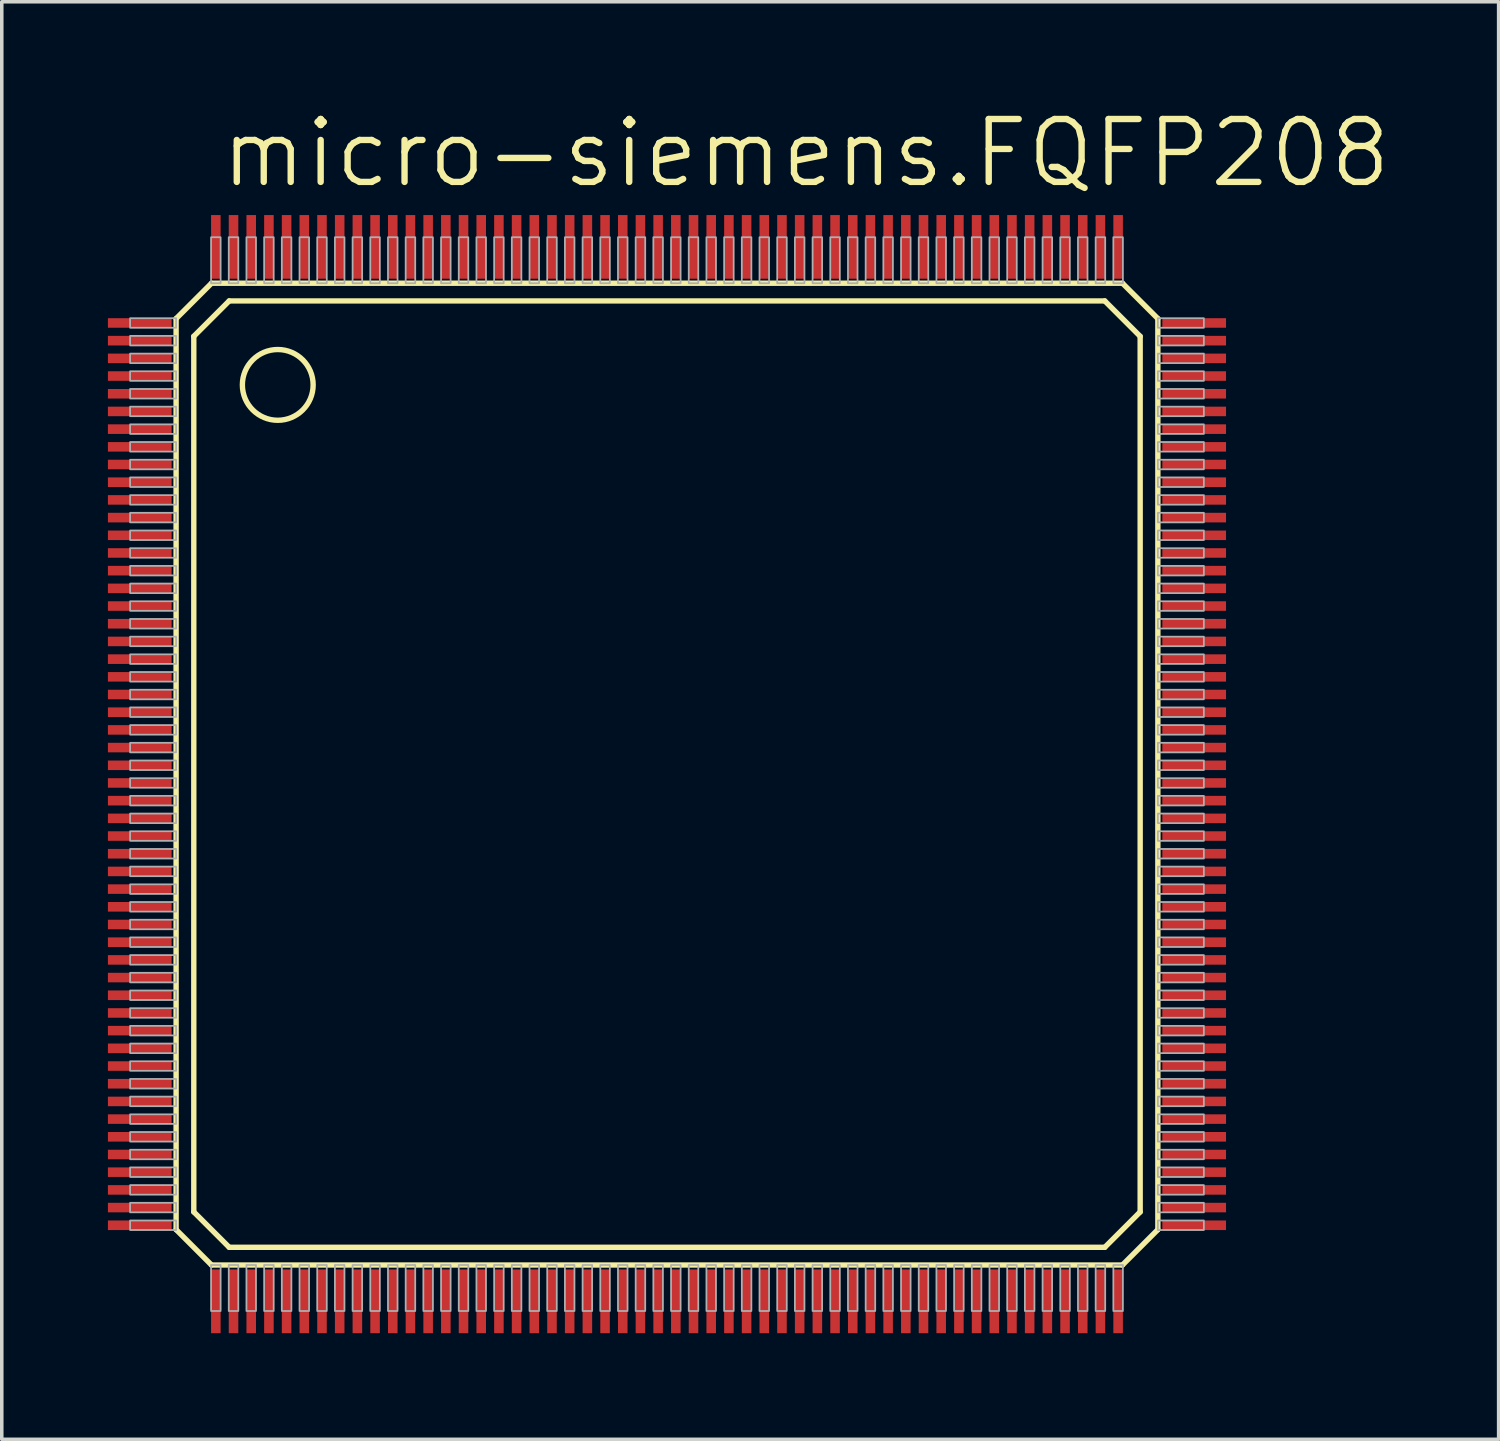
<source format=kicad_pcb>
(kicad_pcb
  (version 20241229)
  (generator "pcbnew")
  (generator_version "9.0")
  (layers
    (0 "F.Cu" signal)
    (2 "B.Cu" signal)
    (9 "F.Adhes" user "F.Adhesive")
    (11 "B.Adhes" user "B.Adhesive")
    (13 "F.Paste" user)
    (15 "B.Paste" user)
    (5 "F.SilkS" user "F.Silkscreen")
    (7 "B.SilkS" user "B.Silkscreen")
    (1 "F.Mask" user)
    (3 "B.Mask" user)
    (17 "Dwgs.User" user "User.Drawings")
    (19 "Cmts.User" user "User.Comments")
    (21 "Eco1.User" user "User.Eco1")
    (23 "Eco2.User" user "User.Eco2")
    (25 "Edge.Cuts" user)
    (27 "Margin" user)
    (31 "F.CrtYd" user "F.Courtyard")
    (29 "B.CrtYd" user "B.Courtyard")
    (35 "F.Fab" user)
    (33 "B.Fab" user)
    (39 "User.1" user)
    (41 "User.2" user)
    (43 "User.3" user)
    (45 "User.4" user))
  (footprint "micro-siemens.FQFP208"
    (layer "F.Cu")
    (at 15.8 18.828)
    (property "Reference" "micro-siemens.FQFP208" (at -12.7 -16.51 0) (layer "F.SilkS") (effects (font (size 1.778 1.778) (thickness 0.18)) (justify left bottom)))
    (attr smd)
    (fp_line (start -13.873 -12.873) (end -12.873 -13.873) (stroke (width 0.152) (type default)) (layer "F.SilkS"))
    (fp_line (start -13.873 12.873) (end -13.873 -12.873) (stroke (width 0.152) (type default)) (layer "F.SilkS"))
    (fp_line (start -13.373 -12.373) (end -12.373 -13.373) (stroke (width 0.152) (type default)) (layer "F.SilkS"))
    (fp_line (start -13.373 12.373) (end -13.373 -12.373) (stroke (width 0.152) (type default)) (layer "F.SilkS"))
    (fp_line (start -12.873 -13.873) (end 12.873 -13.873) (stroke (width 0.152) (type default)) (layer "F.SilkS"))
    (fp_line (start -12.873 13.873) (end -13.873 12.873) (stroke (width 0.152) (type default)) (layer "F.SilkS"))
    (fp_line (start -12.373 -13.373) (end 12.373 -13.373) (stroke (width 0.152) (type default)) (layer "F.SilkS"))
    (fp_line (start -12.373 13.373) (end -13.373 12.373) (stroke (width 0.152) (type default)) (layer "F.SilkS"))
    (fp_line (start 12.373 -13.373) (end 13.373 -12.373) (stroke (width 0.152) (type default)) (layer "F.SilkS"))
    (fp_line (start 12.373 13.373) (end -12.373 13.373) (stroke (width 0.152) (type default)) (layer "F.SilkS"))
    (fp_line (start 12.873 -13.873) (end 13.873 -12.873) (stroke (width 0.152) (type default)) (layer "F.SilkS"))
    (fp_line (start 12.873 13.873) (end -12.873 13.873) (stroke (width 0.152) (type default)) (layer "F.SilkS"))
    (fp_line (start 13.373 -12.373) (end 13.373 12.373) (stroke (width 0.152) (type default)) (layer "F.SilkS"))
    (fp_line (start 13.373 12.373) (end 12.373 13.373) (stroke (width 0.152) (type default)) (layer "F.SilkS"))
    (fp_line (start 13.873 -12.873) (end 13.873 12.873) (stroke (width 0.152) (type default)) (layer "F.SilkS"))
    (fp_line (start 13.873 12.873) (end 12.873 13.873) (stroke (width 0.152) (type default)) (layer "F.SilkS"))
    (fp_circle (center -11 -11) (end -10 -11) (stroke (width 0.152) (type default)) (fill no) (layer "F.SilkS"))
    (fp_rect (start -15.173 -12.615) (end -13.873 -12.885) (stroke (width 0.05) (type default)) (fill no) (layer "F.Fab"))
    (fp_rect (start -15.173 -12.115) (end -13.873 -12.385) (stroke (width 0.05) (type default)) (fill no) (layer "F.Fab"))
    (fp_rect (start -15.173 -11.615) (end -13.873 -11.885) (stroke (width 0.05) (type default)) (fill no) (layer "F.Fab"))
    (fp_rect (start -15.173 -11.115) (end -13.873 -11.385) (stroke (width 0.05) (type default)) (fill no) (layer "F.Fab"))
    (fp_rect (start -15.173 -10.615) (end -13.873 -10.885) (stroke (width 0.05) (type default)) (fill no) (layer "F.Fab"))
    (fp_rect (start -15.173 -10.115) (end -13.873 -10.385) (stroke (width 0.05) (type default)) (fill no) (layer "F.Fab"))
    (fp_rect (start -15.173 -9.615) (end -13.873 -9.885) (stroke (width 0.05) (type default)) (fill no) (layer "F.Fab"))
    (fp_rect (start -15.173 -9.115) (end -13.873 -9.385) (stroke (width 0.05) (type default)) (fill no) (layer "F.Fab"))
    (fp_rect (start -15.173 -8.615) (end -13.873 -8.885) (stroke (width 0.05) (type default)) (fill no) (layer "F.Fab"))
    (fp_rect (start -15.173 -8.115) (end -13.873 -8.385) (stroke (width 0.05) (type default)) (fill no) (layer "F.Fab"))
    (fp_rect (start -15.173 -7.615) (end -13.873 -7.885) (stroke (width 0.05) (type default)) (fill no) (layer "F.Fab"))
    (fp_rect (start -15.173 -7.115) (end -13.873 -7.385) (stroke (width 0.05) (type default)) (fill no) (layer "F.Fab"))
    (fp_rect (start -15.173 -6.615) (end -13.873 -6.885) (stroke (width 0.05) (type default)) (fill no) (layer "F.Fab"))
    (fp_rect (start -15.173 -6.115) (end -13.873 -6.385) (stroke (width 0.05) (type default)) (fill no) (layer "F.Fab"))
    (fp_rect (start -15.173 -5.615) (end -13.873 -5.885) (stroke (width 0.05) (type default)) (fill no) (layer "F.Fab"))
    (fp_rect (start -15.173 -5.115) (end -13.873 -5.385) (stroke (width 0.05) (type default)) (fill no) (layer "F.Fab"))
    (fp_rect (start -15.173 -4.615) (end -13.873 -4.885) (stroke (width 0.05) (type default)) (fill no) (layer "F.Fab"))
    (fp_rect (start -15.173 -4.115) (end -13.873 -4.385) (stroke (width 0.05) (type default)) (fill no) (layer "F.Fab"))
    (fp_rect (start -15.173 -3.615) (end -13.873 -3.885) (stroke (width 0.05) (type default)) (fill no) (layer "F.Fab"))
    (fp_rect (start -15.173 -3.115) (end -13.873 -3.385) (stroke (width 0.05) (type default)) (fill no) (layer "F.Fab"))
    (fp_rect (start -15.173 -2.615) (end -13.873 -2.885) (stroke (width 0.05) (type default)) (fill no) (layer "F.Fab"))
    (fp_rect (start -15.173 -2.115) (end -13.873 -2.385) (stroke (width 0.05) (type default)) (fill no) (layer "F.Fab"))
    (fp_rect (start -15.173 -1.615) (end -13.873 -1.885) (stroke (width 0.05) (type default)) (fill no) (layer "F.Fab"))
    (fp_rect (start -15.173 -1.115) (end -13.873 -1.385) (stroke (width 0.05) (type default)) (fill no) (layer "F.Fab"))
    (fp_rect (start -15.173 -0.615) (end -13.873 -0.885) (stroke (width 0.05) (type default)) (fill no) (layer "F.Fab"))
    (fp_rect (start -15.173 -0.115) (end -13.873 -0.385) (stroke (width 0.05) (type default)) (fill no) (layer "F.Fab"))
    (fp_rect (start -15.173 0.385) (end -13.873 0.115) (stroke (width 0.05) (type default)) (fill no) (layer "F.Fab"))
    (fp_rect (start -15.173 0.885) (end -13.873 0.615) (stroke (width 0.05) (type default)) (fill no) (layer "F.Fab"))
    (fp_rect (start -15.173 1.385) (end -13.873 1.115) (stroke (width 0.05) (type default)) (fill no) (layer "F.Fab"))
    (fp_rect (start -15.173 1.885) (end -13.873 1.615) (stroke (width 0.05) (type default)) (fill no) (layer "F.Fab"))
    (fp_rect (start -15.173 2.385) (end -13.873 2.115) (stroke (width 0.05) (type default)) (fill no) (layer "F.Fab"))
    (fp_rect (start -15.173 2.885) (end -13.873 2.615) (stroke (width 0.05) (type default)) (fill no) (layer "F.Fab"))
    (fp_rect (start -15.173 3.385) (end -13.873 3.115) (stroke (width 0.05) (type default)) (fill no) (layer "F.Fab"))
    (fp_rect (start -15.173 3.885) (end -13.873 3.615) (stroke (width 0.05) (type default)) (fill no) (layer "F.Fab"))
    (fp_rect (start -15.173 4.385) (end -13.873 4.115) (stroke (width 0.05) (type default)) (fill no) (layer "F.Fab"))
    (fp_rect (start -15.173 4.885) (end -13.873 4.615) (stroke (width 0.05) (type default)) (fill no) (layer "F.Fab"))
    (fp_rect (start -15.173 5.385) (end -13.873 5.115) (stroke (width 0.05) (type default)) (fill no) (layer "F.Fab"))
    (fp_rect (start -15.173 5.885) (end -13.873 5.615) (stroke (width 0.05) (type default)) (fill no) (layer "F.Fab"))
    (fp_rect (start -15.173 6.385) (end -13.873 6.115) (stroke (width 0.05) (type default)) (fill no) (layer "F.Fab"))
    (fp_rect (start -15.173 6.885) (end -13.873 6.615) (stroke (width 0.05) (type default)) (fill no) (layer "F.Fab"))
    (fp_rect (start -15.173 7.385) (end -13.873 7.115) (stroke (width 0.05) (type default)) (fill no) (layer "F.Fab"))
    (fp_rect (start -15.173 7.885) (end -13.873 7.615) (stroke (width 0.05) (type default)) (fill no) (layer "F.Fab"))
    (fp_rect (start -15.173 8.385) (end -13.873 8.115) (stroke (width 0.05) (type default)) (fill no) (layer "F.Fab"))
    (fp_rect (start -15.173 8.885) (end -13.873 8.615) (stroke (width 0.05) (type default)) (fill no) (layer "F.Fab"))
    (fp_rect (start -15.173 9.385) (end -13.873 9.115) (stroke (width 0.05) (type default)) (fill no) (layer "F.Fab"))
    (fp_rect (start -15.173 9.885) (end -13.873 9.615) (stroke (width 0.05) (type default)) (fill no) (layer "F.Fab"))
    (fp_rect (start -15.173 10.385) (end -13.873 10.115) (stroke (width 0.05) (type default)) (fill no) (layer "F.Fab"))
    (fp_rect (start -15.173 10.885) (end -13.873 10.615) (stroke (width 0.05) (type default)) (fill no) (layer "F.Fab"))
    (fp_rect (start -15.173 11.385) (end -13.873 11.115) (stroke (width 0.05) (type default)) (fill no) (layer "F.Fab"))
    (fp_rect (start -15.173 11.885) (end -13.873 11.615) (stroke (width 0.05) (type default)) (fill no) (layer "F.Fab"))
    (fp_rect (start -15.173 12.385) (end -13.873 12.115) (stroke (width 0.05) (type default)) (fill no) (layer "F.Fab"))
    (fp_rect (start -15.173 12.885) (end -13.873 12.615) (stroke (width 0.05) (type default)) (fill no) (layer "F.Fab"))
    (fp_rect (start -12.885 -13.873) (end -12.615 -15.173) (stroke (width 0.05) (type default)) (fill no) (layer "F.Fab"))
    (fp_rect (start -12.885 15.173) (end -12.615 13.873) (stroke (width 0.05) (type default)) (fill no) (layer "F.Fab"))
    (fp_rect (start -12.385 -13.873) (end -12.115 -15.173) (stroke (width 0.05) (type default)) (fill no) (layer "F.Fab"))
    (fp_rect (start -12.385 15.173) (end -12.115 13.873) (stroke (width 0.05) (type default)) (fill no) (layer "F.Fab"))
    (fp_rect (start -11.885 -13.873) (end -11.615 -15.173) (stroke (width 0.05) (type default)) (fill no) (layer "F.Fab"))
    (fp_rect (start -11.885 15.173) (end -11.615 13.873) (stroke (width 0.05) (type default)) (fill no) (layer "F.Fab"))
    (fp_rect (start -11.385 -13.873) (end -11.115 -15.173) (stroke (width 0.05) (type default)) (fill no) (layer "F.Fab"))
    (fp_rect (start -11.385 15.173) (end -11.115 13.873) (stroke (width 0.05) (type default)) (fill no) (layer "F.Fab"))
    (fp_rect (start -10.885 -13.873) (end -10.615 -15.173) (stroke (width 0.05) (type default)) (fill no) (layer "F.Fab"))
    (fp_rect (start -10.885 15.173) (end -10.615 13.873) (stroke (width 0.05) (type default)) (fill no) (layer "F.Fab"))
    (fp_rect (start -10.385 -13.873) (end -10.115 -15.173) (stroke (width 0.05) (type default)) (fill no) (layer "F.Fab"))
    (fp_rect (start -10.385 15.173) (end -10.115 13.873) (stroke (width 0.05) (type default)) (fill no) (layer "F.Fab"))
    (fp_rect (start -9.885 -13.873) (end -9.615 -15.173) (stroke (width 0.05) (type default)) (fill no) (layer "F.Fab"))
    (fp_rect (start -9.885 15.173) (end -9.615 13.873) (stroke (width 0.05) (type default)) (fill no) (layer "F.Fab"))
    (fp_rect (start -9.385 -13.873) (end -9.115 -15.173) (stroke (width 0.05) (type default)) (fill no) (layer "F.Fab"))
    (fp_rect (start -9.385 15.173) (end -9.115 13.873) (stroke (width 0.05) (type default)) (fill no) (layer "F.Fab"))
    (fp_rect (start -8.885 -13.873) (end -8.615 -15.173) (stroke (width 0.05) (type default)) (fill no) (layer "F.Fab"))
    (fp_rect (start -8.885 15.173) (end -8.615 13.873) (stroke (width 0.05) (type default)) (fill no) (layer "F.Fab"))
    (fp_rect (start -8.385 -13.873) (end -8.115 -15.173) (stroke (width 0.05) (type default)) (fill no) (layer "F.Fab"))
    (fp_rect (start -8.385 15.173) (end -8.115 13.873) (stroke (width 0.05) (type default)) (fill no) (layer "F.Fab"))
    (fp_rect (start -7.885 -13.873) (end -7.615 -15.173) (stroke (width 0.05) (type default)) (fill no) (layer "F.Fab"))
    (fp_rect (start -7.885 15.173) (end -7.615 13.873) (stroke (width 0.05) (type default)) (fill no) (layer "F.Fab"))
    (fp_rect (start -7.385 -13.873) (end -7.115 -15.173) (stroke (width 0.05) (type default)) (fill no) (layer "F.Fab"))
    (fp_rect (start -7.385 15.173) (end -7.115 13.873) (stroke (width 0.05) (type default)) (fill no) (layer "F.Fab"))
    (fp_rect (start -6.885 -13.873) (end -6.615 -15.173) (stroke (width 0.05) (type default)) (fill no) (layer "F.Fab"))
    (fp_rect (start -6.885 15.173) (end -6.615 13.873) (stroke (width 0.05) (type default)) (fill no) (layer "F.Fab"))
    (fp_rect (start -6.385 -13.873) (end -6.115 -15.173) (stroke (width 0.05) (type default)) (fill no) (layer "F.Fab"))
    (fp_rect (start -6.385 15.173) (end -6.115 13.873) (stroke (width 0.05) (type default)) (fill no) (layer "F.Fab"))
    (fp_rect (start -5.885 -13.873) (end -5.615 -15.173) (stroke (width 0.05) (type default)) (fill no) (layer "F.Fab"))
    (fp_rect (start -5.885 15.173) (end -5.615 13.873) (stroke (width 0.05) (type default)) (fill no) (layer "F.Fab"))
    (fp_rect (start -5.385 -13.873) (end -5.115 -15.173) (stroke (width 0.05) (type default)) (fill no) (layer "F.Fab"))
    (fp_rect (start -5.385 15.173) (end -5.115 13.873) (stroke (width 0.05) (type default)) (fill no) (layer "F.Fab"))
    (fp_rect (start -4.885 -13.873) (end -4.615 -15.173) (stroke (width 0.05) (type default)) (fill no) (layer "F.Fab"))
    (fp_rect (start -4.885 15.173) (end -4.615 13.873) (stroke (width 0.05) (type default)) (fill no) (layer "F.Fab"))
    (fp_rect (start -4.385 -13.873) (end -4.115 -15.173) (stroke (width 0.05) (type default)) (fill no) (layer "F.Fab"))
    (fp_rect (start -4.385 15.173) (end -4.115 13.873) (stroke (width 0.05) (type default)) (fill no) (layer "F.Fab"))
    (fp_rect (start -3.885 -13.873) (end -3.615 -15.173) (stroke (width 0.05) (type default)) (fill no) (layer "F.Fab"))
    (fp_rect (start -3.885 15.173) (end -3.615 13.873) (stroke (width 0.05) (type default)) (fill no) (layer "F.Fab"))
    (fp_rect (start -3.385 -13.873) (end -3.115 -15.173) (stroke (width 0.05) (type default)) (fill no) (layer "F.Fab"))
    (fp_rect (start -3.385 15.173) (end -3.115 13.873) (stroke (width 0.05) (type default)) (fill no) (layer "F.Fab"))
    (fp_rect (start -2.885 -13.873) (end -2.615 -15.173) (stroke (width 0.05) (type default)) (fill no) (layer "F.Fab"))
    (fp_rect (start -2.885 15.173) (end -2.615 13.873) (stroke (width 0.05) (type default)) (fill no) (layer "F.Fab"))
    (fp_rect (start -2.385 -13.873) (end -2.115 -15.173) (stroke (width 0.05) (type default)) (fill no) (layer "F.Fab"))
    (fp_rect (start -2.385 15.173) (end -2.115 13.873) (stroke (width 0.05) (type default)) (fill no) (layer "F.Fab"))
    (fp_rect (start -1.885 -13.873) (end -1.615 -15.173) (stroke (width 0.05) (type default)) (fill no) (layer "F.Fab"))
    (fp_rect (start -1.885 15.173) (end -1.615 13.873) (stroke (width 0.05) (type default)) (fill no) (layer "F.Fab"))
    (fp_rect (start -1.385 -13.873) (end -1.115 -15.173) (stroke (width 0.05) (type default)) (fill no) (layer "F.Fab"))
    (fp_rect (start -1.385 15.173) (end -1.115 13.873) (stroke (width 0.05) (type default)) (fill no) (layer "F.Fab"))
    (fp_rect (start -0.885 -13.873) (end -0.615 -15.173) (stroke (width 0.05) (type default)) (fill no) (layer "F.Fab"))
    (fp_rect (start -0.885 15.173) (end -0.615 13.873) (stroke (width 0.05) (type default)) (fill no) (layer "F.Fab"))
    (fp_rect (start -0.385 -13.873) (end -0.115 -15.173) (stroke (width 0.05) (type default)) (fill no) (layer "F.Fab"))
    (fp_rect (start -0.385 15.173) (end -0.115 13.873) (stroke (width 0.05) (type default)) (fill no) (layer "F.Fab"))
    (fp_rect (start 0.115 -13.873) (end 0.385 -15.173) (stroke (width 0.05) (type default)) (fill no) (layer "F.Fab"))
    (fp_rect (start 0.115 15.173) (end 0.385 13.873) (stroke (width 0.05) (type default)) (fill no) (layer "F.Fab"))
    (fp_rect (start 0.615 -13.873) (end 0.885 -15.173) (stroke (width 0.05) (type default)) (fill no) (layer "F.Fab"))
    (fp_rect (start 0.615 15.173) (end 0.885 13.873) (stroke (width 0.05) (type default)) (fill no) (layer "F.Fab"))
    (fp_rect (start 1.115 -13.873) (end 1.385 -15.173) (stroke (width 0.05) (type default)) (fill no) (layer "F.Fab"))
    (fp_rect (start 1.115 15.173) (end 1.385 13.873) (stroke (width 0.05) (type default)) (fill no) (layer "F.Fab"))
    (fp_rect (start 1.615 -13.873) (end 1.885 -15.173) (stroke (width 0.05) (type default)) (fill no) (layer "F.Fab"))
    (fp_rect (start 1.615 15.173) (end 1.885 13.873) (stroke (width 0.05) (type default)) (fill no) (layer "F.Fab"))
    (fp_rect (start 2.115 -13.873) (end 2.385 -15.173) (stroke (width 0.05) (type default)) (fill no) (layer "F.Fab"))
    (fp_rect (start 2.115 15.173) (end 2.385 13.873) (stroke (width 0.05) (type default)) (fill no) (layer "F.Fab"))
    (fp_rect (start 2.615 -13.873) (end 2.885 -15.173) (stroke (width 0.05) (type default)) (fill no) (layer "F.Fab"))
    (fp_rect (start 2.615 15.173) (end 2.885 13.873) (stroke (width 0.05) (type default)) (fill no) (layer "F.Fab"))
    (fp_rect (start 3.115 -13.873) (end 3.385 -15.173) (stroke (width 0.05) (type default)) (fill no) (layer "F.Fab"))
    (fp_rect (start 3.115 15.173) (end 3.385 13.873) (stroke (width 0.05) (type default)) (fill no) (layer "F.Fab"))
    (fp_rect (start 3.615 -13.873) (end 3.885 -15.173) (stroke (width 0.05) (type default)) (fill no) (layer "F.Fab"))
    (fp_rect (start 3.615 15.173) (end 3.885 13.873) (stroke (width 0.05) (type default)) (fill no) (layer "F.Fab"))
    (fp_rect (start 4.115 -13.873) (end 4.385 -15.173) (stroke (width 0.05) (type default)) (fill no) (layer "F.Fab"))
    (fp_rect (start 4.115 15.173) (end 4.385 13.873) (stroke (width 0.05) (type default)) (fill no) (layer "F.Fab"))
    (fp_rect (start 4.615 -13.873) (end 4.885 -15.173) (stroke (width 0.05) (type default)) (fill no) (layer "F.Fab"))
    (fp_rect (start 4.615 15.173) (end 4.885 13.873) (stroke (width 0.05) (type default)) (fill no) (layer "F.Fab"))
    (fp_rect (start 5.115 -13.873) (end 5.385 -15.173) (stroke (width 0.05) (type default)) (fill no) (layer "F.Fab"))
    (fp_rect (start 5.115 15.173) (end 5.385 13.873) (stroke (width 0.05) (type default)) (fill no) (layer "F.Fab"))
    (fp_rect (start 5.615 -13.873) (end 5.885 -15.173) (stroke (width 0.05) (type default)) (fill no) (layer "F.Fab"))
    (fp_rect (start 5.615 15.173) (end 5.885 13.873) (stroke (width 0.05) (type default)) (fill no) (layer "F.Fab"))
    (fp_rect (start 6.115 -13.873) (end 6.385 -15.173) (stroke (width 0.05) (type default)) (fill no) (layer "F.Fab"))
    (fp_rect (start 6.115 15.173) (end 6.385 13.873) (stroke (width 0.05) (type default)) (fill no) (layer "F.Fab"))
    (fp_rect (start 6.615 -13.873) (end 6.885 -15.173) (stroke (width 0.05) (type default)) (fill no) (layer "F.Fab"))
    (fp_rect (start 6.615 15.173) (end 6.885 13.873) (stroke (width 0.05) (type default)) (fill no) (layer "F.Fab"))
    (fp_rect (start 7.115 -13.873) (end 7.385 -15.173) (stroke (width 0.05) (type default)) (fill no) (layer "F.Fab"))
    (fp_rect (start 7.115 15.173) (end 7.385 13.873) (stroke (width 0.05) (type default)) (fill no) (layer "F.Fab"))
    (fp_rect (start 7.615 -13.873) (end 7.885 -15.173) (stroke (width 0.05) (type default)) (fill no) (layer "F.Fab"))
    (fp_rect (start 7.615 15.173) (end 7.885 13.873) (stroke (width 0.05) (type default)) (fill no) (layer "F.Fab"))
    (fp_rect (start 8.115 -13.873) (end 8.385 -15.173) (stroke (width 0.05) (type default)) (fill no) (layer "F.Fab"))
    (fp_rect (start 8.115 15.173) (end 8.385 13.873) (stroke (width 0.05) (type default)) (fill no) (layer "F.Fab"))
    (fp_rect (start 8.615 -13.873) (end 8.885 -15.173) (stroke (width 0.05) (type default)) (fill no) (layer "F.Fab"))
    (fp_rect (start 8.615 15.173) (end 8.885 13.873) (stroke (width 0.05) (type default)) (fill no) (layer "F.Fab"))
    (fp_rect (start 9.115 -13.873) (end 9.385 -15.173) (stroke (width 0.05) (type default)) (fill no) (layer "F.Fab"))
    (fp_rect (start 9.115 15.173) (end 9.385 13.873) (stroke (width 0.05) (type default)) (fill no) (layer "F.Fab"))
    (fp_rect (start 9.615 -13.873) (end 9.885 -15.173) (stroke (width 0.05) (type default)) (fill no) (layer "F.Fab"))
    (fp_rect (start 9.615 15.173) (end 9.885 13.873) (stroke (width 0.05) (type default)) (fill no) (layer "F.Fab"))
    (fp_rect (start 10.115 -13.873) (end 10.385 -15.173) (stroke (width 0.05) (type default)) (fill no) (layer "F.Fab"))
    (fp_rect (start 10.115 15.173) (end 10.385 13.873) (stroke (width 0.05) (type default)) (fill no) (layer "F.Fab"))
    (fp_rect (start 10.615 -13.873) (end 10.885 -15.173) (stroke (width 0.05) (type default)) (fill no) (layer "F.Fab"))
    (fp_rect (start 10.615 15.173) (end 10.885 13.873) (stroke (width 0.05) (type default)) (fill no) (layer "F.Fab"))
    (fp_rect (start 11.115 -13.873) (end 11.385 -15.173) (stroke (width 0.05) (type default)) (fill no) (layer "F.Fab"))
    (fp_rect (start 11.115 15.173) (end 11.385 13.873) (stroke (width 0.05) (type default)) (fill no) (layer "F.Fab"))
    (fp_rect (start 11.615 -13.873) (end 11.885 -15.173) (stroke (width 0.05) (type default)) (fill no) (layer "F.Fab"))
    (fp_rect (start 11.615 15.173) (end 11.885 13.873) (stroke (width 0.05) (type default)) (fill no) (layer "F.Fab"))
    (fp_rect (start 12.115 -13.873) (end 12.385 -15.173) (stroke (width 0.05) (type default)) (fill no) (layer "F.Fab"))
    (fp_rect (start 12.115 15.173) (end 12.385 13.873) (stroke (width 0.05) (type default)) (fill no) (layer "F.Fab"))
    (fp_rect (start 12.615 -13.873) (end 12.885 -15.173) (stroke (width 0.05) (type default)) (fill no) (layer "F.Fab"))
    (fp_rect (start 12.615 15.173) (end 12.885 13.873) (stroke (width 0.05) (type default)) (fill no) (layer "F.Fab"))
    (fp_rect (start 13.873 -12.615) (end 15.173 -12.885) (stroke (width 0.05) (type default)) (fill no) (layer "F.Fab"))
    (fp_rect (start 13.873 -12.115) (end 15.173 -12.385) (stroke (width 0.05) (type default)) (fill no) (layer "F.Fab"))
    (fp_rect (start 13.873 -11.615) (end 15.173 -11.885) (stroke (width 0.05) (type default)) (fill no) (layer "F.Fab"))
    (fp_rect (start 13.873 -11.115) (end 15.173 -11.385) (stroke (width 0.05) (type default)) (fill no) (layer "F.Fab"))
    (fp_rect (start 13.873 -10.615) (end 15.173 -10.885) (stroke (width 0.05) (type default)) (fill no) (layer "F.Fab"))
    (fp_rect (start 13.873 -10.115) (end 15.173 -10.385) (stroke (width 0.05) (type default)) (fill no) (layer "F.Fab"))
    (fp_rect (start 13.873 -9.615) (end 15.173 -9.885) (stroke (width 0.05) (type default)) (fill no) (layer "F.Fab"))
    (fp_rect (start 13.873 -9.115) (end 15.173 -9.385) (stroke (width 0.05) (type default)) (fill no) (layer "F.Fab"))
    (fp_rect (start 13.873 -8.615) (end 15.173 -8.885) (stroke (width 0.05) (type default)) (fill no) (layer "F.Fab"))
    (fp_rect (start 13.873 -8.115) (end 15.173 -8.385) (stroke (width 0.05) (type default)) (fill no) (layer "F.Fab"))
    (fp_rect (start 13.873 -7.615) (end 15.173 -7.885) (stroke (width 0.05) (type default)) (fill no) (layer "F.Fab"))
    (fp_rect (start 13.873 -7.115) (end 15.173 -7.385) (stroke (width 0.05) (type default)) (fill no) (layer "F.Fab"))
    (fp_rect (start 13.873 -6.615) (end 15.173 -6.885) (stroke (width 0.05) (type default)) (fill no) (layer "F.Fab"))
    (fp_rect (start 13.873 -6.115) (end 15.173 -6.385) (stroke (width 0.05) (type default)) (fill no) (layer "F.Fab"))
    (fp_rect (start 13.873 -5.615) (end 15.173 -5.885) (stroke (width 0.05) (type default)) (fill no) (layer "F.Fab"))
    (fp_rect (start 13.873 -5.115) (end 15.173 -5.385) (stroke (width 0.05) (type default)) (fill no) (layer "F.Fab"))
    (fp_rect (start 13.873 -4.615) (end 15.173 -4.885) (stroke (width 0.05) (type default)) (fill no) (layer "F.Fab"))
    (fp_rect (start 13.873 -4.115) (end 15.173 -4.385) (stroke (width 0.05) (type default)) (fill no) (layer "F.Fab"))
    (fp_rect (start 13.873 -3.615) (end 15.173 -3.885) (stroke (width 0.05) (type default)) (fill no) (layer "F.Fab"))
    (fp_rect (start 13.873 -3.115) (end 15.173 -3.385) (stroke (width 0.05) (type default)) (fill no) (layer "F.Fab"))
    (fp_rect (start 13.873 -2.615) (end 15.173 -2.885) (stroke (width 0.05) (type default)) (fill no) (layer "F.Fab"))
    (fp_rect (start 13.873 -2.115) (end 15.173 -2.385) (stroke (width 0.05) (type default)) (fill no) (layer "F.Fab"))
    (fp_rect (start 13.873 -1.615) (end 15.173 -1.885) (stroke (width 0.05) (type default)) (fill no) (layer "F.Fab"))
    (fp_rect (start 13.873 -1.115) (end 15.173 -1.385) (stroke (width 0.05) (type default)) (fill no) (layer "F.Fab"))
    (fp_rect (start 13.873 -0.615) (end 15.173 -0.885) (stroke (width 0.05) (type default)) (fill no) (layer "F.Fab"))
    (fp_rect (start 13.873 -0.115) (end 15.173 -0.385) (stroke (width 0.05) (type default)) (fill no) (layer "F.Fab"))
    (fp_rect (start 13.873 0.385) (end 15.173 0.115) (stroke (width 0.05) (type default)) (fill no) (layer "F.Fab"))
    (fp_rect (start 13.873 0.885) (end 15.173 0.615) (stroke (width 0.05) (type default)) (fill no) (layer "F.Fab"))
    (fp_rect (start 13.873 1.385) (end 15.173 1.115) (stroke (width 0.05) (type default)) (fill no) (layer "F.Fab"))
    (fp_rect (start 13.873 1.885) (end 15.173 1.615) (stroke (width 0.05) (type default)) (fill no) (layer "F.Fab"))
    (fp_rect (start 13.873 2.385) (end 15.173 2.115) (stroke (width 0.05) (type default)) (fill no) (layer "F.Fab"))
    (fp_rect (start 13.873 2.885) (end 15.173 2.615) (stroke (width 0.05) (type default)) (fill no) (layer "F.Fab"))
    (fp_rect (start 13.873 3.385) (end 15.173 3.115) (stroke (width 0.05) (type default)) (fill no) (layer "F.Fab"))
    (fp_rect (start 13.873 3.885) (end 15.173 3.615) (stroke (width 0.05) (type default)) (fill no) (layer "F.Fab"))
    (fp_rect (start 13.873 4.385) (end 15.173 4.115) (stroke (width 0.05) (type default)) (fill no) (layer "F.Fab"))
    (fp_rect (start 13.873 4.885) (end 15.173 4.615) (stroke (width 0.05) (type default)) (fill no) (layer "F.Fab"))
    (fp_rect (start 13.873 5.385) (end 15.173 5.115) (stroke (width 0.05) (type default)) (fill no) (layer "F.Fab"))
    (fp_rect (start 13.873 5.885) (end 15.173 5.615) (stroke (width 0.05) (type default)) (fill no) (layer "F.Fab"))
    (fp_rect (start 13.873 6.385) (end 15.173 6.115) (stroke (width 0.05) (type default)) (fill no) (layer "F.Fab"))
    (fp_rect (start 13.873 6.885) (end 15.173 6.615) (stroke (width 0.05) (type default)) (fill no) (layer "F.Fab"))
    (fp_rect (start 13.873 7.385) (end 15.173 7.115) (stroke (width 0.05) (type default)) (fill no) (layer "F.Fab"))
    (fp_rect (start 13.873 7.885) (end 15.173 7.615) (stroke (width 0.05) (type default)) (fill no) (layer "F.Fab"))
    (fp_rect (start 13.873 8.385) (end 15.173 8.115) (stroke (width 0.05) (type default)) (fill no) (layer "F.Fab"))
    (fp_rect (start 13.873 8.885) (end 15.173 8.615) (stroke (width 0.05) (type default)) (fill no) (layer "F.Fab"))
    (fp_rect (start 13.873 9.385) (end 15.173 9.115) (stroke (width 0.05) (type default)) (fill no) (layer "F.Fab"))
    (fp_rect (start 13.873 9.885) (end 15.173 9.615) (stroke (width 0.05) (type default)) (fill no) (layer "F.Fab"))
    (fp_rect (start 13.873 10.385) (end 15.173 10.115) (stroke (width 0.05) (type default)) (fill no) (layer "F.Fab"))
    (fp_rect (start 13.873 10.885) (end 15.173 10.615) (stroke (width 0.05) (type default)) (fill no) (layer "F.Fab"))
    (fp_rect (start 13.873 11.385) (end 15.173 11.115) (stroke (width 0.05) (type default)) (fill no) (layer "F.Fab"))
    (fp_rect (start 13.873 11.885) (end 15.173 11.615) (stroke (width 0.05) (type default)) (fill no) (layer "F.Fab"))
    (fp_rect (start 13.873 12.385) (end 15.173 12.115) (stroke (width 0.05) (type default)) (fill no) (layer "F.Fab"))
    (fp_rect (start 13.873 12.885) (end 15.173 12.615) (stroke (width 0.05) (type default)) (fill no) (layer "F.Fab"))
    (pad "1" smd roundrect (at -14.9 -12.75) (size 1.8 0.27) (layers "F.Cu" "F.Mask" "F.Paste") (roundrect_rratio 0.01))
    (pad "2" smd roundrect (at -14.9 -12.25) (size 1.8 0.27) (layers "F.Cu" "F.Mask" "F.Paste") (roundrect_rratio 0.01))
    (pad "3" smd roundrect (at -14.9 -11.75) (size 1.8 0.27) (layers "F.Cu" "F.Mask" "F.Paste") (roundrect_rratio 0.01))
    (pad "4" smd roundrect (at -14.9 -11.25) (size 1.8 0.27) (layers "F.Cu" "F.Mask" "F.Paste") (roundrect_rratio 0.01))
    (pad "5" smd roundrect (at -14.9 -10.75) (size 1.8 0.27) (layers "F.Cu" "F.Mask" "F.Paste") (roundrect_rratio 0.01))
    (pad "6" smd roundrect (at -14.9 -10.25) (size 1.8 0.27) (layers "F.Cu" "F.Mask" "F.Paste") (roundrect_rratio 0.01))
    (pad "7" smd roundrect (at -14.9 -9.75) (size 1.8 0.27) (layers "F.Cu" "F.Mask" "F.Paste") (roundrect_rratio 0.01))
    (pad "8" smd roundrect (at -14.9 -9.25) (size 1.8 0.27) (layers "F.Cu" "F.Mask" "F.Paste") (roundrect_rratio 0.01))
    (pad "9" smd roundrect (at -14.9 -8.75) (size 1.8 0.27) (layers "F.Cu" "F.Mask" "F.Paste") (roundrect_rratio 0.01))
    (pad "10" smd roundrect (at -14.9 -8.25) (size 1.8 0.27) (layers "F.Cu" "F.Mask" "F.Paste") (roundrect_rratio 0.01))
    (pad "11" smd roundrect (at -14.9 -7.75) (size 1.8 0.27) (layers "F.Cu" "F.Mask" "F.Paste") (roundrect_rratio 0.01))
    (pad "12" smd roundrect (at -14.9 -7.25) (size 1.8 0.27) (layers "F.Cu" "F.Mask" "F.Paste") (roundrect_rratio 0.01))
    (pad "13" smd roundrect (at -14.9 -6.75) (size 1.8 0.27) (layers "F.Cu" "F.Mask" "F.Paste") (roundrect_rratio 0.01))
    (pad "14" smd roundrect (at -14.9 -6.25) (size 1.8 0.27) (layers "F.Cu" "F.Mask" "F.Paste") (roundrect_rratio 0.01))
    (pad "15" smd roundrect (at -14.9 -5.75) (size 1.8 0.27) (layers "F.Cu" "F.Mask" "F.Paste") (roundrect_rratio 0.01))
    (pad "16" smd roundrect (at -14.9 -5.25) (size 1.8 0.27) (layers "F.Cu" "F.Mask" "F.Paste") (roundrect_rratio 0.01))
    (pad "17" smd roundrect (at -14.9 -4.75) (size 1.8 0.27) (layers "F.Cu" "F.Mask" "F.Paste") (roundrect_rratio 0.01))
    (pad "18" smd roundrect (at -14.9 -4.25) (size 1.8 0.27) (layers "F.Cu" "F.Mask" "F.Paste") (roundrect_rratio 0.01))
    (pad "19" smd roundrect (at -14.9 -3.75) (size 1.8 0.27) (layers "F.Cu" "F.Mask" "F.Paste") (roundrect_rratio 0.01))
    (pad "20" smd roundrect (at -14.9 -3.25) (size 1.8 0.27) (layers "F.Cu" "F.Mask" "F.Paste") (roundrect_rratio 0.01))
    (pad "21" smd roundrect (at -14.9 -2.75) (size 1.8 0.27) (layers "F.Cu" "F.Mask" "F.Paste") (roundrect_rratio 0.01))
    (pad "22" smd roundrect (at -14.9 -2.25) (size 1.8 0.27) (layers "F.Cu" "F.Mask" "F.Paste") (roundrect_rratio 0.01))
    (pad "23" smd roundrect (at -14.9 -1.75) (size 1.8 0.27) (layers "F.Cu" "F.Mask" "F.Paste") (roundrect_rratio 0.01))
    (pad "24" smd roundrect (at -14.9 -1.25) (size 1.8 0.27) (layers "F.Cu" "F.Mask" "F.Paste") (roundrect_rratio 0.01))
    (pad "25" smd roundrect (at -14.9 -0.75) (size 1.8 0.27) (layers "F.Cu" "F.Mask" "F.Paste") (roundrect_rratio 0.01))
    (pad "26" smd roundrect (at -14.9 -0.25) (size 1.8 0.27) (layers "F.Cu" "F.Mask" "F.Paste") (roundrect_rratio 0.01))
    (pad "27" smd roundrect (at -14.9 0.25) (size 1.8 0.27) (layers "F.Cu" "F.Mask" "F.Paste") (roundrect_rratio 0.01))
    (pad "28" smd roundrect (at -14.9 0.75) (size 1.8 0.27) (layers "F.Cu" "F.Mask" "F.Paste") (roundrect_rratio 0.01))
    (pad "29" smd roundrect (at -14.9 1.25) (size 1.8 0.27) (layers "F.Cu" "F.Mask" "F.Paste") (roundrect_rratio 0.01))
    (pad "30" smd roundrect (at -14.9 1.75) (size 1.8 0.27) (layers "F.Cu" "F.Mask" "F.Paste") (roundrect_rratio 0.01))
    (pad "31" smd roundrect (at -14.9 2.25) (size 1.8 0.27) (layers "F.Cu" "F.Mask" "F.Paste") (roundrect_rratio 0.01))
    (pad "32" smd roundrect (at -14.9 2.75) (size 1.8 0.27) (layers "F.Cu" "F.Mask" "F.Paste") (roundrect_rratio 0.01))
    (pad "33" smd roundrect (at -14.9 3.25) (size 1.8 0.27) (layers "F.Cu" "F.Mask" "F.Paste") (roundrect_rratio 0.01))
    (pad "34" smd roundrect (at -14.9 3.75) (size 1.8 0.27) (layers "F.Cu" "F.Mask" "F.Paste") (roundrect_rratio 0.01))
    (pad "35" smd roundrect (at -14.9 4.25) (size 1.8 0.27) (layers "F.Cu" "F.Mask" "F.Paste") (roundrect_rratio 0.01))
    (pad "36" smd roundrect (at -14.9 4.75) (size 1.8 0.27) (layers "F.Cu" "F.Mask" "F.Paste") (roundrect_rratio 0.01))
    (pad "37" smd roundrect (at -14.9 5.25) (size 1.8 0.27) (layers "F.Cu" "F.Mask" "F.Paste") (roundrect_rratio 0.01))
    (pad "38" smd roundrect (at -14.9 5.75) (size 1.8 0.27) (layers "F.Cu" "F.Mask" "F.Paste") (roundrect_rratio 0.01))
    (pad "39" smd roundrect (at -14.9 6.25) (size 1.8 0.27) (layers "F.Cu" "F.Mask" "F.Paste") (roundrect_rratio 0.01))
    (pad "40" smd roundrect (at -14.9 6.75) (size 1.8 0.27) (layers "F.Cu" "F.Mask" "F.Paste") (roundrect_rratio 0.01))
    (pad "41" smd roundrect (at -14.9 7.25) (size 1.8 0.27) (layers "F.Cu" "F.Mask" "F.Paste") (roundrect_rratio 0.01))
    (pad "42" smd roundrect (at -14.9 7.75) (size 1.8 0.27) (layers "F.Cu" "F.Mask" "F.Paste") (roundrect_rratio 0.01))
    (pad "43" smd roundrect (at -14.9 8.25) (size 1.8 0.27) (layers "F.Cu" "F.Mask" "F.Paste") (roundrect_rratio 0.01))
    (pad "44" smd roundrect (at -14.9 8.75) (size 1.8 0.27) (layers "F.Cu" "F.Mask" "F.Paste") (roundrect_rratio 0.01))
    (pad "45" smd roundrect (at -14.9 9.25) (size 1.8 0.27) (layers "F.Cu" "F.Mask" "F.Paste") (roundrect_rratio 0.01))
    (pad "46" smd roundrect (at -14.9 9.75) (size 1.8 0.27) (layers "F.Cu" "F.Mask" "F.Paste") (roundrect_rratio 0.01))
    (pad "47" smd roundrect (at -14.9 10.25) (size 1.8 0.27) (layers "F.Cu" "F.Mask" "F.Paste") (roundrect_rratio 0.01))
    (pad "48" smd roundrect (at -14.9 10.75) (size 1.8 0.27) (layers "F.Cu" "F.Mask" "F.Paste") (roundrect_rratio 0.01))
    (pad "49" smd roundrect (at -14.9 11.25) (size 1.8 0.27) (layers "F.Cu" "F.Mask" "F.Paste") (roundrect_rratio 0.01))
    (pad "50" smd roundrect (at -14.9 11.75) (size 1.8 0.27) (layers "F.Cu" "F.Mask" "F.Paste") (roundrect_rratio 0.01))
    (pad "51" smd roundrect (at -14.9 12.25) (size 1.8 0.27) (layers "F.Cu" "F.Mask" "F.Paste") (roundrect_rratio 0.01))
    (pad "52" smd roundrect (at -14.9 12.75) (size 1.8 0.27) (layers "F.Cu" "F.Mask" "F.Paste") (roundrect_rratio 0.01))
    (pad "53" smd roundrect (at -12.75 14.9) (size 0.27 1.8) (layers "F.Cu" "F.Mask" "F.Paste") (roundrect_rratio 0.01))
    (pad "54" smd roundrect (at -12.25 14.9) (size 0.27 1.8) (layers "F.Cu" "F.Mask" "F.Paste") (roundrect_rratio 0.01))
    (pad "55" smd roundrect (at -11.75 14.9) (size 0.27 1.8) (layers "F.Cu" "F.Mask" "F.Paste") (roundrect_rratio 0.01))
    (pad "56" smd roundrect (at -11.25 14.9) (size 0.27 1.8) (layers "F.Cu" "F.Mask" "F.Paste") (roundrect_rratio 0.01))
    (pad "57" smd roundrect (at -10.75 14.9) (size 0.27 1.8) (layers "F.Cu" "F.Mask" "F.Paste") (roundrect_rratio 0.01))
    (pad "58" smd roundrect (at -10.25 14.9) (size 0.27 1.8) (layers "F.Cu" "F.Mask" "F.Paste") (roundrect_rratio 0.01))
    (pad "59" smd roundrect (at -9.75 14.9) (size 0.27 1.8) (layers "F.Cu" "F.Mask" "F.Paste") (roundrect_rratio 0.01))
    (pad "60" smd roundrect (at -9.25 14.9) (size 0.27 1.8) (layers "F.Cu" "F.Mask" "F.Paste") (roundrect_rratio 0.01))
    (pad "61" smd roundrect (at -8.75 14.9) (size 0.27 1.8) (layers "F.Cu" "F.Mask" "F.Paste") (roundrect_rratio 0.01))
    (pad "62" smd roundrect (at -8.25 14.9) (size 0.27 1.8) (layers "F.Cu" "F.Mask" "F.Paste") (roundrect_rratio 0.01))
    (pad "63" smd roundrect (at -7.75 14.9) (size 0.27 1.8) (layers "F.Cu" "F.Mask" "F.Paste") (roundrect_rratio 0.01))
    (pad "64" smd roundrect (at -7.25 14.9) (size 0.27 1.8) (layers "F.Cu" "F.Mask" "F.Paste") (roundrect_rratio 0.01))
    (pad "65" smd roundrect (at -6.75 14.9) (size 0.27 1.8) (layers "F.Cu" "F.Mask" "F.Paste") (roundrect_rratio 0.01))
    (pad "66" smd roundrect (at -6.25 14.9) (size 0.27 1.8) (layers "F.Cu" "F.Mask" "F.Paste") (roundrect_rratio 0.01))
    (pad "67" smd roundrect (at -5.75 14.9) (size 0.27 1.8) (layers "F.Cu" "F.Mask" "F.Paste") (roundrect_rratio 0.01))
    (pad "68" smd roundrect (at -5.25 14.9) (size 0.27 1.8) (layers "F.Cu" "F.Mask" "F.Paste") (roundrect_rratio 0.01))
    (pad "69" smd roundrect (at -4.75 14.9) (size 0.27 1.8) (layers "F.Cu" "F.Mask" "F.Paste") (roundrect_rratio 0.01))
    (pad "70" smd roundrect (at -4.25 14.9) (size 0.27 1.8) (layers "F.Cu" "F.Mask" "F.Paste") (roundrect_rratio 0.01))
    (pad "71" smd roundrect (at -3.75 14.9) (size 0.27 1.8) (layers "F.Cu" "F.Mask" "F.Paste") (roundrect_rratio 0.01))
    (pad "72" smd roundrect (at -3.25 14.9) (size 0.27 1.8) (layers "F.Cu" "F.Mask" "F.Paste") (roundrect_rratio 0.01))
    (pad "73" smd roundrect (at -2.75 14.9) (size 0.27 1.8) (layers "F.Cu" "F.Mask" "F.Paste") (roundrect_rratio 0.01))
    (pad "74" smd roundrect (at -2.25 14.9) (size 0.27 1.8) (layers "F.Cu" "F.Mask" "F.Paste") (roundrect_rratio 0.01))
    (pad "75" smd roundrect (at -1.75 14.9) (size 0.27 1.8) (layers "F.Cu" "F.Mask" "F.Paste") (roundrect_rratio 0.01))
    (pad "76" smd roundrect (at -1.25 14.9) (size 0.27 1.8) (layers "F.Cu" "F.Mask" "F.Paste") (roundrect_rratio 0.01))
    (pad "77" smd roundrect (at -0.75 14.9) (size 0.27 1.8) (layers "F.Cu" "F.Mask" "F.Paste") (roundrect_rratio 0.01))
    (pad "78" smd roundrect (at -0.25 14.9) (size 0.27 1.8) (layers "F.Cu" "F.Mask" "F.Paste") (roundrect_rratio 0.01))
    (pad "79" smd roundrect (at 0.25 14.9) (size 0.27 1.8) (layers "F.Cu" "F.Mask" "F.Paste") (roundrect_rratio 0.01))
    (pad "80" smd roundrect (at 0.75 14.9) (size 0.27 1.8) (layers "F.Cu" "F.Mask" "F.Paste") (roundrect_rratio 0.01))
    (pad "81" smd roundrect (at 1.25 14.9) (size 0.27 1.8) (layers "F.Cu" "F.Mask" "F.Paste") (roundrect_rratio 0.01))
    (pad "82" smd roundrect (at 1.75 14.9) (size 0.27 1.8) (layers "F.Cu" "F.Mask" "F.Paste") (roundrect_rratio 0.01))
    (pad "83" smd roundrect (at 2.25 14.9) (size 0.27 1.8) (layers "F.Cu" "F.Mask" "F.Paste") (roundrect_rratio 0.01))
    (pad "84" smd roundrect (at 2.75 14.9) (size 0.27 1.8) (layers "F.Cu" "F.Mask" "F.Paste") (roundrect_rratio 0.01))
    (pad "85" smd roundrect (at 3.25 14.9) (size 0.27 1.8) (layers "F.Cu" "F.Mask" "F.Paste") (roundrect_rratio 0.01))
    (pad "86" smd roundrect (at 3.75 14.9) (size 0.27 1.8) (layers "F.Cu" "F.Mask" "F.Paste") (roundrect_rratio 0.01))
    (pad "87" smd roundrect (at 4.25 14.9) (size 0.27 1.8) (layers "F.Cu" "F.Mask" "F.Paste") (roundrect_rratio 0.01))
    (pad "88" smd roundrect (at 4.75 14.9) (size 0.27 1.8) (layers "F.Cu" "F.Mask" "F.Paste") (roundrect_rratio 0.01))
    (pad "89" smd roundrect (at 5.25 14.9) (size 0.27 1.8) (layers "F.Cu" "F.Mask" "F.Paste") (roundrect_rratio 0.01))
    (pad "90" smd roundrect (at 5.75 14.9) (size 0.27 1.8) (layers "F.Cu" "F.Mask" "F.Paste") (roundrect_rratio 0.01))
    (pad "91" smd roundrect (at 6.25 14.9) (size 0.27 1.8) (layers "F.Cu" "F.Mask" "F.Paste") (roundrect_rratio 0.01))
    (pad "92" smd roundrect (at 6.75 14.9) (size 0.27 1.8) (layers "F.Cu" "F.Mask" "F.Paste") (roundrect_rratio 0.01))
    (pad "93" smd roundrect (at 7.25 14.9) (size 0.27 1.8) (layers "F.Cu" "F.Mask" "F.Paste") (roundrect_rratio 0.01))
    (pad "94" smd roundrect (at 7.75 14.9) (size 0.27 1.8) (layers "F.Cu" "F.Mask" "F.Paste") (roundrect_rratio 0.01))
    (pad "95" smd roundrect (at 8.25 14.9) (size 0.27 1.8) (layers "F.Cu" "F.Mask" "F.Paste") (roundrect_rratio 0.01))
    (pad "96" smd roundrect (at 8.75 14.9) (size 0.27 1.8) (layers "F.Cu" "F.Mask" "F.Paste") (roundrect_rratio 0.01))
    (pad "97" smd roundrect (at 9.25 14.9) (size 0.27 1.8) (layers "F.Cu" "F.Mask" "F.Paste") (roundrect_rratio 0.01))
    (pad "98" smd roundrect (at 9.75 14.9) (size 0.27 1.8) (layers "F.Cu" "F.Mask" "F.Paste") (roundrect_rratio 0.01))
    (pad "99" smd roundrect (at 10.25 14.9) (size 0.27 1.8) (layers "F.Cu" "F.Mask" "F.Paste") (roundrect_rratio 0.01))
    (pad "100" smd roundrect (at 10.75 14.9) (size 0.27 1.8) (layers "F.Cu" "F.Mask" "F.Paste") (roundrect_rratio 0.01))
    (pad "101" smd roundrect (at 11.25 14.9) (size 0.27 1.8) (layers "F.Cu" "F.Mask" "F.Paste") (roundrect_rratio 0.01))
    (pad "102" smd roundrect (at 11.75 14.9) (size 0.27 1.8) (layers "F.Cu" "F.Mask" "F.Paste") (roundrect_rratio 0.01))
    (pad "103" smd roundrect (at 12.25 14.9) (size 0.27 1.8) (layers "F.Cu" "F.Mask" "F.Paste") (roundrect_rratio 0.01))
    (pad "104" smd roundrect (at 12.75 14.9) (size 0.27 1.8) (layers "F.Cu" "F.Mask" "F.Paste") (roundrect_rratio 0.01))
    (pad "105" smd roundrect (at 14.9 12.75) (size 1.8 0.27) (layers "F.Cu" "F.Mask" "F.Paste") (roundrect_rratio 0.01))
    (pad "106" smd roundrect (at 14.9 12.25) (size 1.8 0.27) (layers "F.Cu" "F.Mask" "F.Paste") (roundrect_rratio 0.01))
    (pad "107" smd roundrect (at 14.9 11.75) (size 1.8 0.27) (layers "F.Cu" "F.Mask" "F.Paste") (roundrect_rratio 0.01))
    (pad "108" smd roundrect (at 14.9 11.25) (size 1.8 0.27) (layers "F.Cu" "F.Mask" "F.Paste") (roundrect_rratio 0.01))
    (pad "109" smd roundrect (at 14.9 10.75) (size 1.8 0.27) (layers "F.Cu" "F.Mask" "F.Paste") (roundrect_rratio 0.01))
    (pad "110" smd roundrect (at 14.9 10.25) (size 1.8 0.27) (layers "F.Cu" "F.Mask" "F.Paste") (roundrect_rratio 0.01))
    (pad "111" smd roundrect (at 14.9 9.75) (size 1.8 0.27) (layers "F.Cu" "F.Mask" "F.Paste") (roundrect_rratio 0.01))
    (pad "112" smd roundrect (at 14.9 9.25) (size 1.8 0.27) (layers "F.Cu" "F.Mask" "F.Paste") (roundrect_rratio 0.01))
    (pad "113" smd roundrect (at 14.9 8.75) (size 1.8 0.27) (layers "F.Cu" "F.Mask" "F.Paste") (roundrect_rratio 0.01))
    (pad "114" smd roundrect (at 14.9 8.25) (size 1.8 0.27) (layers "F.Cu" "F.Mask" "F.Paste") (roundrect_rratio 0.01))
    (pad "115" smd roundrect (at 14.9 7.75) (size 1.8 0.27) (layers "F.Cu" "F.Mask" "F.Paste") (roundrect_rratio 0.01))
    (pad "116" smd roundrect (at 14.9 7.25) (size 1.8 0.27) (layers "F.Cu" "F.Mask" "F.Paste") (roundrect_rratio 0.01))
    (pad "117" smd roundrect (at 14.9 6.75) (size 1.8 0.27) (layers "F.Cu" "F.Mask" "F.Paste") (roundrect_rratio 0.01))
    (pad "118" smd roundrect (at 14.9 6.25) (size 1.8 0.27) (layers "F.Cu" "F.Mask" "F.Paste") (roundrect_rratio 0.01))
    (pad "119" smd roundrect (at 14.9 5.75) (size 1.8 0.27) (layers "F.Cu" "F.Mask" "F.Paste") (roundrect_rratio 0.01))
    (pad "120" smd roundrect (at 14.9 5.25) (size 1.8 0.27) (layers "F.Cu" "F.Mask" "F.Paste") (roundrect_rratio 0.01))
    (pad "121" smd roundrect (at 14.9 4.75) (size 1.8 0.27) (layers "F.Cu" "F.Mask" "F.Paste") (roundrect_rratio 0.01))
    (pad "122" smd roundrect (at 14.9 4.25) (size 1.8 0.27) (layers "F.Cu" "F.Mask" "F.Paste") (roundrect_rratio 0.01))
    (pad "123" smd roundrect (at 14.9 3.75) (size 1.8 0.27) (layers "F.Cu" "F.Mask" "F.Paste") (roundrect_rratio 0.01))
    (pad "124" smd roundrect (at 14.9 3.25) (size 1.8 0.27) (layers "F.Cu" "F.Mask" "F.Paste") (roundrect_rratio 0.01))
    (pad "125" smd roundrect (at 14.9 2.75) (size 1.8 0.27) (layers "F.Cu" "F.Mask" "F.Paste") (roundrect_rratio 0.01))
    (pad "126" smd roundrect (at 14.9 2.25) (size 1.8 0.27) (layers "F.Cu" "F.Mask" "F.Paste") (roundrect_rratio 0.01))
    (pad "127" smd roundrect (at 14.9 1.75) (size 1.8 0.27) (layers "F.Cu" "F.Mask" "F.Paste") (roundrect_rratio 0.01))
    (pad "128" smd roundrect (at 14.9 1.25) (size 1.8 0.27) (layers "F.Cu" "F.Mask" "F.Paste") (roundrect_rratio 0.01))
    (pad "129" smd roundrect (at 14.9 0.75) (size 1.8 0.27) (layers "F.Cu" "F.Mask" "F.Paste") (roundrect_rratio 0.01))
    (pad "130" smd roundrect (at 14.9 0.25) (size 1.8 0.27) (layers "F.Cu" "F.Mask" "F.Paste") (roundrect_rratio 0.01))
    (pad "131" smd roundrect (at 14.9 -0.25) (size 1.8 0.27) (layers "F.Cu" "F.Mask" "F.Paste") (roundrect_rratio 0.01))
    (pad "132" smd roundrect (at 14.9 -0.75) (size 1.8 0.27) (layers "F.Cu" "F.Mask" "F.Paste") (roundrect_rratio 0.01))
    (pad "133" smd roundrect (at 14.9 -1.25) (size 1.8 0.27) (layers "F.Cu" "F.Mask" "F.Paste") (roundrect_rratio 0.01))
    (pad "134" smd roundrect (at 14.9 -1.75) (size 1.8 0.27) (layers "F.Cu" "F.Mask" "F.Paste") (roundrect_rratio 0.01))
    (pad "135" smd roundrect (at 14.9 -2.25) (size 1.8 0.27) (layers "F.Cu" "F.Mask" "F.Paste") (roundrect_rratio 0.01))
    (pad "136" smd roundrect (at 14.9 -2.75) (size 1.8 0.27) (layers "F.Cu" "F.Mask" "F.Paste") (roundrect_rratio 0.01))
    (pad "137" smd roundrect (at 14.9 -3.25) (size 1.8 0.27) (layers "F.Cu" "F.Mask" "F.Paste") (roundrect_rratio 0.01))
    (pad "138" smd roundrect (at 14.9 -3.75) (size 1.8 0.27) (layers "F.Cu" "F.Mask" "F.Paste") (roundrect_rratio 0.01))
    (pad "139" smd roundrect (at 14.9 -4.25) (size 1.8 0.27) (layers "F.Cu" "F.Mask" "F.Paste") (roundrect_rratio 0.01))
    (pad "140" smd roundrect (at 14.9 -4.75) (size 1.8 0.27) (layers "F.Cu" "F.Mask" "F.Paste") (roundrect_rratio 0.01))
    (pad "141" smd roundrect (at 14.9 -5.25) (size 1.8 0.27) (layers "F.Cu" "F.Mask" "F.Paste") (roundrect_rratio 0.01))
    (pad "142" smd roundrect (at 14.9 -5.75) (size 1.8 0.27) (layers "F.Cu" "F.Mask" "F.Paste") (roundrect_rratio 0.01))
    (pad "143" smd roundrect (at 14.9 -6.25) (size 1.8 0.27) (layers "F.Cu" "F.Mask" "F.Paste") (roundrect_rratio 0.01))
    (pad "144" smd roundrect (at 14.9 -6.75) (size 1.8 0.27) (layers "F.Cu" "F.Mask" "F.Paste") (roundrect_rratio 0.01))
    (pad "145" smd roundrect (at 14.9 -7.25) (size 1.8 0.27) (layers "F.Cu" "F.Mask" "F.Paste") (roundrect_rratio 0.01))
    (pad "146" smd roundrect (at 14.9 -7.75) (size 1.8 0.27) (layers "F.Cu" "F.Mask" "F.Paste") (roundrect_rratio 0.01))
    (pad "147" smd roundrect (at 14.9 -8.25) (size 1.8 0.27) (layers "F.Cu" "F.Mask" "F.Paste") (roundrect_rratio 0.01))
    (pad "148" smd roundrect (at 14.9 -8.75) (size 1.8 0.27) (layers "F.Cu" "F.Mask" "F.Paste") (roundrect_rratio 0.01))
    (pad "149" smd roundrect (at 14.9 -9.25) (size 1.8 0.27) (layers "F.Cu" "F.Mask" "F.Paste") (roundrect_rratio 0.01))
    (pad "150" smd roundrect (at 14.9 -9.75) (size 1.8 0.27) (layers "F.Cu" "F.Mask" "F.Paste") (roundrect_rratio 0.01))
    (pad "151" smd roundrect (at 14.9 -10.25) (size 1.8 0.27) (layers "F.Cu" "F.Mask" "F.Paste") (roundrect_rratio 0.01))
    (pad "152" smd roundrect (at 14.9 -10.75) (size 1.8 0.27) (layers "F.Cu" "F.Mask" "F.Paste") (roundrect_rratio 0.01))
    (pad "153" smd roundrect (at 14.9 -11.25) (size 1.8 0.27) (layers "F.Cu" "F.Mask" "F.Paste") (roundrect_rratio 0.01))
    (pad "154" smd roundrect (at 14.9 -11.75) (size 1.8 0.27) (layers "F.Cu" "F.Mask" "F.Paste") (roundrect_rratio 0.01))
    (pad "155" smd roundrect (at 14.9 -12.25) (size 1.8 0.27) (layers "F.Cu" "F.Mask" "F.Paste") (roundrect_rratio 0.01))
    (pad "156" smd roundrect (at 14.9 -12.75) (size 1.8 0.27) (layers "F.Cu" "F.Mask" "F.Paste") (roundrect_rratio 0.01))
    (pad "157" smd roundrect (at 12.75 -14.9) (size 0.27 1.8) (layers "F.Cu" "F.Mask" "F.Paste") (roundrect_rratio 0.01))
    (pad "158" smd roundrect (at 12.25 -14.9) (size 0.27 1.8) (layers "F.Cu" "F.Mask" "F.Paste") (roundrect_rratio 0.01))
    (pad "159" smd roundrect (at 11.75 -14.9) (size 0.27 1.8) (layers "F.Cu" "F.Mask" "F.Paste") (roundrect_rratio 0.01))
    (pad "160" smd roundrect (at 11.25 -14.9) (size 0.27 1.8) (layers "F.Cu" "F.Mask" "F.Paste") (roundrect_rratio 0.01))
    (pad "161" smd roundrect (at 10.75 -14.9) (size 0.27 1.8) (layers "F.Cu" "F.Mask" "F.Paste") (roundrect_rratio 0.01))
    (pad "162" smd roundrect (at 10.25 -14.9) (size 0.27 1.8) (layers "F.Cu" "F.Mask" "F.Paste") (roundrect_rratio 0.01))
    (pad "163" smd roundrect (at 9.75 -14.9) (size 0.27 1.8) (layers "F.Cu" "F.Mask" "F.Paste") (roundrect_rratio 0.01))
    (pad "164" smd roundrect (at 9.25 -14.9) (size 0.27 1.8) (layers "F.Cu" "F.Mask" "F.Paste") (roundrect_rratio 0.01))
    (pad "165" smd roundrect (at 8.75 -14.9) (size 0.27 1.8) (layers "F.Cu" "F.Mask" "F.Paste") (roundrect_rratio 0.01))
    (pad "166" smd roundrect (at 8.25 -14.9) (size 0.27 1.8) (layers "F.Cu" "F.Mask" "F.Paste") (roundrect_rratio 0.01))
    (pad "167" smd roundrect (at 7.75 -14.9) (size 0.27 1.8) (layers "F.Cu" "F.Mask" "F.Paste") (roundrect_rratio 0.01))
    (pad "168" smd roundrect (at 7.25 -14.9) (size 0.27 1.8) (layers "F.Cu" "F.Mask" "F.Paste") (roundrect_rratio 0.01))
    (pad "169" smd roundrect (at 6.75 -14.9) (size 0.27 1.8) (layers "F.Cu" "F.Mask" "F.Paste") (roundrect_rratio 0.01))
    (pad "170" smd roundrect (at 6.25 -14.9) (size 0.27 1.8) (layers "F.Cu" "F.Mask" "F.Paste") (roundrect_rratio 0.01))
    (pad "171" smd roundrect (at 5.75 -14.9) (size 0.27 1.8) (layers "F.Cu" "F.Mask" "F.Paste") (roundrect_rratio 0.01))
    (pad "172" smd roundrect (at 5.25 -14.9) (size 0.27 1.8) (layers "F.Cu" "F.Mask" "F.Paste") (roundrect_rratio 0.01))
    (pad "173" smd roundrect (at 4.75 -14.9) (size 0.27 1.8) (layers "F.Cu" "F.Mask" "F.Paste") (roundrect_rratio 0.01))
    (pad "174" smd roundrect (at 4.25 -14.9) (size 0.27 1.8) (layers "F.Cu" "F.Mask" "F.Paste") (roundrect_rratio 0.01))
    (pad "175" smd roundrect (at 3.75 -14.9) (size 0.27 1.8) (layers "F.Cu" "F.Mask" "F.Paste") (roundrect_rratio 0.01))
    (pad "176" smd roundrect (at 3.25 -14.9) (size 0.27 1.8) (layers "F.Cu" "F.Mask" "F.Paste") (roundrect_rratio 0.01))
    (pad "177" smd roundrect (at 2.75 -14.9) (size 0.27 1.8) (layers "F.Cu" "F.Mask" "F.Paste") (roundrect_rratio 0.01))
    (pad "178" smd roundrect (at 2.25 -14.9) (size 0.27 1.8) (layers "F.Cu" "F.Mask" "F.Paste") (roundrect_rratio 0.01))
    (pad "179" smd roundrect (at 1.75 -14.9) (size 0.27 1.8) (layers "F.Cu" "F.Mask" "F.Paste") (roundrect_rratio 0.01))
    (pad "180" smd roundrect (at 1.25 -14.9) (size 0.27 1.8) (layers "F.Cu" "F.Mask" "F.Paste") (roundrect_rratio 0.01))
    (pad "181" smd roundrect (at 0.75 -14.9) (size 0.27 1.8) (layers "F.Cu" "F.Mask" "F.Paste") (roundrect_rratio 0.01))
    (pad "182" smd roundrect (at 0.25 -14.9) (size 0.27 1.8) (layers "F.Cu" "F.Mask" "F.Paste") (roundrect_rratio 0.01))
    (pad "183" smd roundrect (at -0.25 -14.9) (size 0.27 1.8) (layers "F.Cu" "F.Mask" "F.Paste") (roundrect_rratio 0.01))
    (pad "184" smd roundrect (at -0.75 -14.9) (size 0.27 1.8) (layers "F.Cu" "F.Mask" "F.Paste") (roundrect_rratio 0.01))
    (pad "185" smd roundrect (at -1.25 -14.9) (size 0.27 1.8) (layers "F.Cu" "F.Mask" "F.Paste") (roundrect_rratio 0.01))
    (pad "186" smd roundrect (at -1.75 -14.9) (size 0.27 1.8) (layers "F.Cu" "F.Mask" "F.Paste") (roundrect_rratio 0.01))
    (pad "187" smd roundrect (at -2.25 -14.9) (size 0.27 1.8) (layers "F.Cu" "F.Mask" "F.Paste") (roundrect_rratio 0.01))
    (pad "188" smd roundrect (at -2.75 -14.9) (size 0.27 1.8) (layers "F.Cu" "F.Mask" "F.Paste") (roundrect_rratio 0.01))
    (pad "189" smd roundrect (at -3.25 -14.9) (size 0.27 1.8) (layers "F.Cu" "F.Mask" "F.Paste") (roundrect_rratio 0.01))
    (pad "190" smd roundrect (at -3.75 -14.9) (size 0.27 1.8) (layers "F.Cu" "F.Mask" "F.Paste") (roundrect_rratio 0.01))
    (pad "191" smd roundrect (at -4.25 -14.9) (size 0.27 1.8) (layers "F.Cu" "F.Mask" "F.Paste") (roundrect_rratio 0.01))
    (pad "192" smd roundrect (at -4.75 -14.9) (size 0.27 1.8) (layers "F.Cu" "F.Mask" "F.Paste") (roundrect_rratio 0.01))
    (pad "193" smd roundrect (at -5.25 -14.9) (size 0.27 1.8) (layers "F.Cu" "F.Mask" "F.Paste") (roundrect_rratio 0.01))
    (pad "194" smd roundrect (at -5.75 -14.9) (size 0.27 1.8) (layers "F.Cu" "F.Mask" "F.Paste") (roundrect_rratio 0.01))
    (pad "195" smd roundrect (at -6.25 -14.9) (size 0.27 1.8) (layers "F.Cu" "F.Mask" "F.Paste") (roundrect_rratio 0.01))
    (pad "196" smd roundrect (at -6.75 -14.9) (size 0.27 1.8) (layers "F.Cu" "F.Mask" "F.Paste") (roundrect_rratio 0.01))
    (pad "197" smd roundrect (at -7.25 -14.9) (size 0.27 1.8) (layers "F.Cu" "F.Mask" "F.Paste") (roundrect_rratio 0.01))
    (pad "198" smd roundrect (at -7.75 -14.9) (size 0.27 1.8) (layers "F.Cu" "F.Mask" "F.Paste") (roundrect_rratio 0.01))
    (pad "199" smd roundrect (at -8.25 -14.9) (size 0.27 1.8) (layers "F.Cu" "F.Mask" "F.Paste") (roundrect_rratio 0.01))
    (pad "200" smd roundrect (at -8.75 -14.9) (size 0.27 1.8) (layers "F.Cu" "F.Mask" "F.Paste") (roundrect_rratio 0.01))
    (pad "201" smd roundrect (at -9.25 -14.9) (size 0.27 1.8) (layers "F.Cu" "F.Mask" "F.Paste") (roundrect_rratio 0.01))
    (pad "202" smd roundrect (at -9.75 -14.9) (size 0.27 1.8) (layers "F.Cu" "F.Mask" "F.Paste") (roundrect_rratio 0.01))
    (pad "203" smd roundrect (at -10.25 -14.9) (size 0.27 1.8) (layers "F.Cu" "F.Mask" "F.Paste") (roundrect_rratio 0.01))
    (pad "204" smd roundrect (at -10.75 -14.9) (size 0.27 1.8) (layers "F.Cu" "F.Mask" "F.Paste") (roundrect_rratio 0.01))
    (pad "205" smd roundrect (at -11.25 -14.9) (size 0.27 1.8) (layers "F.Cu" "F.Mask" "F.Paste") (roundrect_rratio 0.01))
    (pad "206" smd roundrect (at -11.75 -14.9) (size 0.27 1.8) (layers "F.Cu" "F.Mask" "F.Paste") (roundrect_rratio 0.01))
    (pad "207" smd roundrect (at -12.25 -14.9) (size 0.27 1.8) (layers "F.Cu" "F.Mask" "F.Paste") (roundrect_rratio 0.01))
    (pad "208" smd roundrect (at -12.75 -14.9) (size 0.27 1.8) (layers "F.Cu" "F.Mask" "F.Paste") (roundrect_rratio 0.01)))
  (gr_rect
    (start -3 -3)
    (end 39.304 37.628)
    (stroke (width 0.1) (type default))
    (fill no)
    (layer "Edge.Cuts")))
</source>
